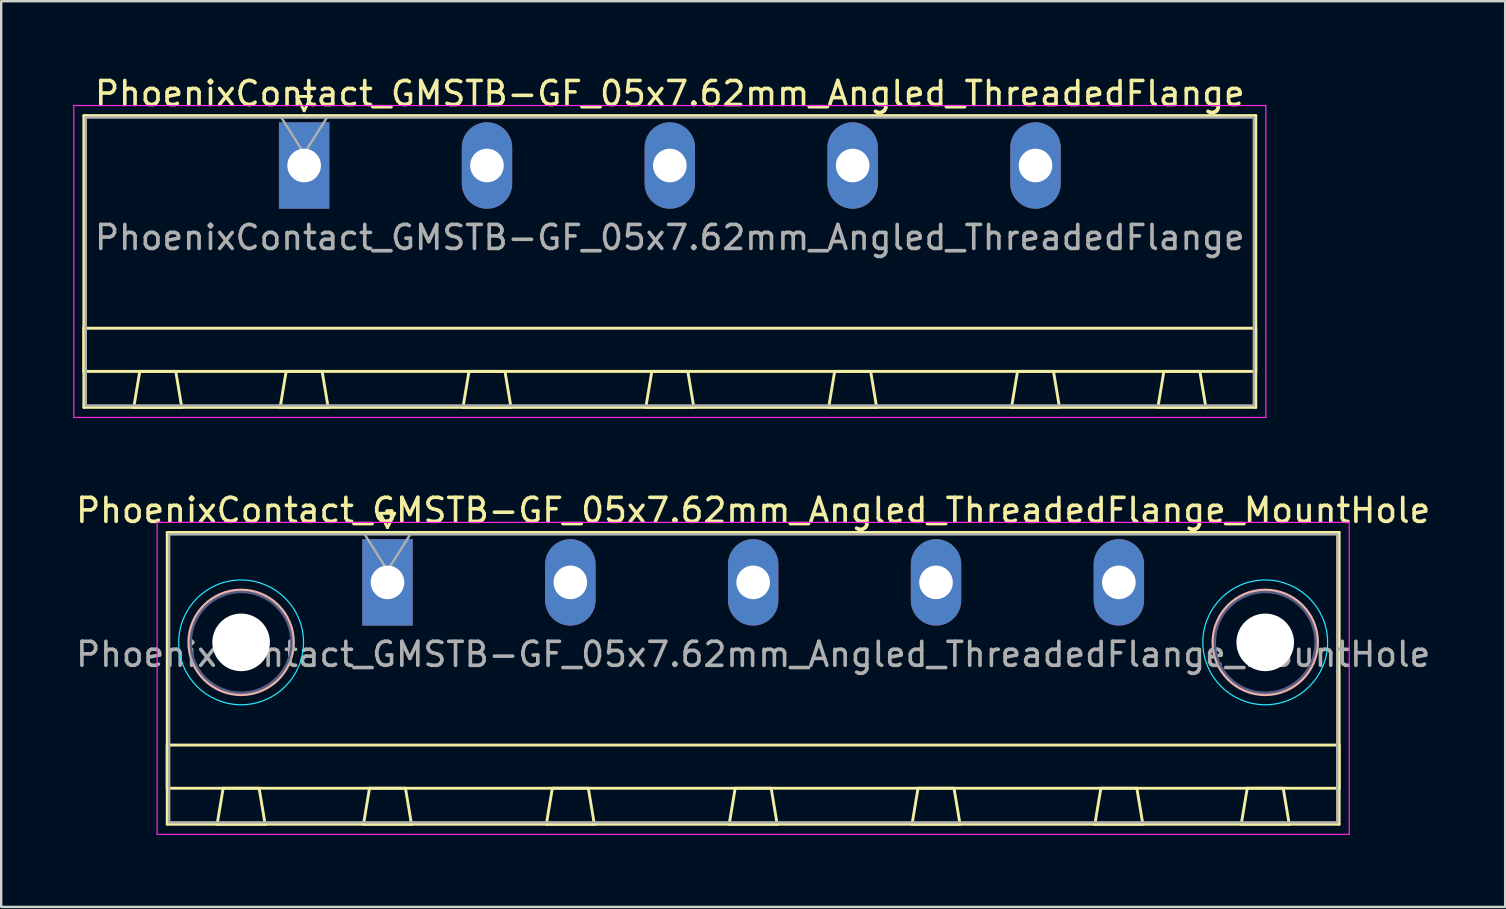
<source format=kicad_pcb>
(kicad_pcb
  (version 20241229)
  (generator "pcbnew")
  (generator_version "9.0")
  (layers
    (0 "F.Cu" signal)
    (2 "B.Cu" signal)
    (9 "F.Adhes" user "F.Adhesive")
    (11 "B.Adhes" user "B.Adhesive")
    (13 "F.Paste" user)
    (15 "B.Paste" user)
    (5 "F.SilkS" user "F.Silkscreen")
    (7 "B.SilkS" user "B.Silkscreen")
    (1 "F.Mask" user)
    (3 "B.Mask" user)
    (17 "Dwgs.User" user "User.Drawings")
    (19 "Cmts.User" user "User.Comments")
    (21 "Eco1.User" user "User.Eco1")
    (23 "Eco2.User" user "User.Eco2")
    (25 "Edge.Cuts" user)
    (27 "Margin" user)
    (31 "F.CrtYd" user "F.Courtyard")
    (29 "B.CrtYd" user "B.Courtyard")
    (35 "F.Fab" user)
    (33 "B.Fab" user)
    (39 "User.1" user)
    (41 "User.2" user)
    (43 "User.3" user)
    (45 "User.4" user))
  (footprint "PhoenixContact_GMSTB-GF_05x7.62mm_Angled_ThreadedFlange_MountHole"
    (layer "F.Cu")
    (at 13.099 21.221)
    (property "Reference" "PhoenixContact_GMSTB-GF_05x7.62mm_Angled_ThreadedFlange_MountHole" (at 15.24 -3 0) (layer "F.SilkS") (effects (font (size 1 1) (thickness 0.15))))
    (attr through_hole)
    (fp_line (start -9.18 -2.08) (end -9.18 10.08) (stroke (width 0.12) (type solid)) (layer "F.SilkS"))
    (fp_line (start -9.18 6.78) (end 39.66 6.78) (stroke (width 0.12) (type solid)) (layer "F.SilkS"))
    (fp_line (start -9.18 8.58) (end -9.18 6.78) (stroke (width 0.12) (type solid)) (layer "F.SilkS"))
    (fp_line (start -9.18 10.08) (end 39.66 10.08) (stroke (width 0.12) (type solid)) (layer "F.SilkS"))
    (fp_line (start -7.1 10.08) (end -5.1 10.08) (stroke (width 0.12) (type solid)) (layer "F.SilkS"))
    (fp_line (start -6.85 8.58) (end -7.1 10.08) (stroke (width 0.12) (type solid)) (layer "F.SilkS"))
    (fp_line (start -5.35 8.58) (end -6.85 8.58) (stroke (width 0.12) (type solid)) (layer "F.SilkS"))
    (fp_line (start -5.1 10.08) (end -5.35 8.58) (stroke (width 0.12) (type solid)) (layer "F.SilkS"))
    (fp_line (start -1 10.08) (end 1 10.08) (stroke (width 0.12) (type solid)) (layer "F.SilkS"))
    (fp_line (start -0.75 8.58) (end -1 10.08) (stroke (width 0.12) (type solid)) (layer "F.SilkS"))
    (fp_line (start -0.3 -2.88) (end 0.3 -2.88) (stroke (width 0.12) (type solid)) (layer "F.SilkS"))
    (fp_line (start 0 -2.28) (end -0.3 -2.88) (stroke (width 0.12) (type solid)) (layer "F.SilkS"))
    (fp_line (start 0.3 -2.88) (end 0 -2.28) (stroke (width 0.12) (type solid)) (layer "F.SilkS"))
    (fp_line (start 0.75 8.58) (end -0.75 8.58) (stroke (width 0.12) (type solid)) (layer "F.SilkS"))
    (fp_line (start 1 10.08) (end 0.75 8.58) (stroke (width 0.12) (type solid)) (layer "F.SilkS"))
    (fp_line (start 6.62 10.08) (end 8.62 10.08) (stroke (width 0.12) (type solid)) (layer "F.SilkS"))
    (fp_line (start 6.87 8.58) (end 6.62 10.08) (stroke (width 0.12) (type solid)) (layer "F.SilkS"))
    (fp_line (start 8.37 8.58) (end 6.87 8.58) (stroke (width 0.12) (type solid)) (layer "F.SilkS"))
    (fp_line (start 8.62 10.08) (end 8.37 8.58) (stroke (width 0.12) (type solid)) (layer "F.SilkS"))
    (fp_line (start 14.24 10.08) (end 16.24 10.08) (stroke (width 0.12) (type solid)) (layer "F.SilkS"))
    (fp_line (start 14.49 8.58) (end 14.24 10.08) (stroke (width 0.12) (type solid)) (layer "F.SilkS"))
    (fp_line (start 15.99 8.58) (end 14.49 8.58) (stroke (width 0.12) (type solid)) (layer "F.SilkS"))
    (fp_line (start 16.24 10.08) (end 15.99 8.58) (stroke (width 0.12) (type solid)) (layer "F.SilkS"))
    (fp_line (start 21.86 10.08) (end 23.86 10.08) (stroke (width 0.12) (type solid)) (layer "F.SilkS"))
    (fp_line (start 22.11 8.58) (end 21.86 10.08) (stroke (width 0.12) (type solid)) (layer "F.SilkS"))
    (fp_line (start 23.61 8.58) (end 22.11 8.58) (stroke (width 0.12) (type solid)) (layer "F.SilkS"))
    (fp_line (start 23.86 10.08) (end 23.61 8.58) (stroke (width 0.12) (type solid)) (layer "F.SilkS"))
    (fp_line (start 29.48 10.08) (end 31.48 10.08) (stroke (width 0.12) (type solid)) (layer "F.SilkS"))
    (fp_line (start 29.73 8.58) (end 29.48 10.08) (stroke (width 0.12) (type solid)) (layer "F.SilkS"))
    (fp_line (start 31.23 8.58) (end 29.73 8.58) (stroke (width 0.12) (type solid)) (layer "F.SilkS"))
    (fp_line (start 31.48 10.08) (end 31.23 8.58) (stroke (width 0.12) (type solid)) (layer "F.SilkS"))
    (fp_line (start 35.58 10.08) (end 37.58 10.08) (stroke (width 0.12) (type solid)) (layer "F.SilkS"))
    (fp_line (start 35.83 8.58) (end 35.58 10.08) (stroke (width 0.12) (type solid)) (layer "F.SilkS"))
    (fp_line (start 37.33 8.58) (end 35.83 8.58) (stroke (width 0.12) (type solid)) (layer "F.SilkS"))
    (fp_line (start 37.58 10.08) (end 37.33 8.58) (stroke (width 0.12) (type solid)) (layer "F.SilkS"))
    (fp_line (start 39.66 -2.08) (end -9.18 -2.08) (stroke (width 0.12) (type solid)) (layer "F.SilkS"))
    (fp_line (start 39.66 6.78) (end 39.66 8.58) (stroke (width 0.12) (type solid)) (layer "F.SilkS"))
    (fp_line (start 39.66 8.58) (end -9.18 8.58) (stroke (width 0.12) (type solid)) (layer "F.SilkS"))
    (fp_line (start 39.66 10.08) (end 39.66 -2.08) (stroke (width 0.12) (type solid)) (layer "F.SilkS"))
    (fp_circle (center -6.1 2.5) (end -3.92 2.5) (stroke (width 0.12) (type solid)) (fill no) (layer "B.SilkS"))
    (fp_circle (center 36.58 2.5) (end 38.76 2.5) (stroke (width 0.12) (type solid)) (fill no) (layer "B.SilkS"))
    (fp_circle (center -6.1 2.5) (end -3.5 2.5) (stroke (width 0.05) (type solid)) (fill no) (layer "B.CrtYd"))
    (fp_circle (center 36.58 2.5) (end 39.18 2.5) (stroke (width 0.05) (type solid)) (fill no) (layer "B.CrtYd"))
    (fp_line (start -9.6 -2.5) (end -9.6 10.5) (stroke (width 0.05) (type solid)) (layer "F.CrtYd"))
    (fp_line (start -9.6 10.5) (end 40.08 10.5) (stroke (width 0.05) (type solid)) (layer "F.CrtYd"))
    (fp_line (start 40.08 -2.5) (end -9.6 -2.5) (stroke (width 0.05) (type solid)) (layer "F.CrtYd"))
    (fp_line (start 40.08 10.5) (end 40.08 -2.5) (stroke (width 0.05) (type solid)) (layer "F.CrtYd"))
    (fp_circle (center -6.1 2.5) (end -4 2.5) (stroke (width 0.1) (type solid)) (fill no) (layer "B.Fab"))
    (fp_circle (center 36.58 2.5) (end 38.68 2.5) (stroke (width 0.1) (type solid)) (fill no) (layer "B.Fab"))
    (fp_line (start -9.1 -2) (end -9.1 10) (stroke (width 0.1) (type solid)) (layer "F.Fab"))
    (fp_line (start -9.1 10) (end 39.58 10) (stroke (width 0.1) (type solid)) (layer "F.Fab"))
    (fp_line (start 0 -0.5) (end -0.95 -2) (stroke (width 0.1) (type solid)) (layer "F.Fab"))
    (fp_line (start 0.95 -2) (end 0 -0.5) (stroke (width 0.1) (type solid)) (layer "F.Fab"))
    (fp_line (start 39.58 -2) (end -9.1 -2) (stroke (width 0.1) (type solid)) (layer "F.Fab"))
    (fp_line (start 39.58 10) (end 39.58 -2) (stroke (width 0.1) (type solid)) (layer "F.Fab"))
    (fp_text user "${REFERENCE}" (at 15.24 3 0) (layer "F.Fab") (effects (font (size 1 1) (thickness 0.15))))
    (pad "" np_thru_hole circle (at -6.1 2.5) (size 2.4 2.4) (drill 2.4) (layers "*.Cu" "*.Mask"))
    (pad "" np_thru_hole circle (at 36.58 2.5) (size 2.4 2.4) (drill 2.4) (layers "*.Cu" "*.Mask"))
    (pad "1" thru_hole rect (at 0 0) (size 2.1 3.6) (drill 1.4) (layers "*.Cu" "*.Mask"))
    (pad "2" thru_hole oval (at 7.62 0) (size 2.1 3.6) (drill 1.4) (layers "*.Cu" "*.Mask"))
    (pad "3" thru_hole oval (at 15.24 0) (size 2.1 3.6) (drill 1.4) (layers "*.Cu" "*.Mask"))
    (pad "4" thru_hole oval (at 22.86 0) (size 2.1 3.6) (drill 1.4) (layers "*.Cu" "*.Mask"))
    (pad "5" thru_hole oval (at 30.48 0) (size 2.1 3.6) (drill 1.4) (layers "*.Cu" "*.Mask")))
  (footprint "PhoenixContact_GMSTB-GF_05x7.62mm_Angled_ThreadedFlange"
    (layer "F.Cu")
    (at 9.625 3.848)
    (property "Reference" "PhoenixContact_GMSTB-GF_05x7.62mm_Angled_ThreadedFlange" (at 15.24 -3 0) (layer "F.SilkS") (effects (font (size 1 1) (thickness 0.15))))
    (attr through_hole)
    (fp_line (start -9.18 -2.08) (end -9.18 10.08) (stroke (width 0.12) (type solid)) (layer "F.SilkS"))
    (fp_line (start -9.18 6.78) (end 39.66 6.78) (stroke (width 0.12) (type solid)) (layer "F.SilkS"))
    (fp_line (start -9.18 8.58) (end -9.18 6.78) (stroke (width 0.12) (type solid)) (layer "F.SilkS"))
    (fp_line (start -9.18 10.08) (end 39.66 10.08) (stroke (width 0.12) (type solid)) (layer "F.SilkS"))
    (fp_line (start -7.1 10.08) (end -5.1 10.08) (stroke (width 0.12) (type solid)) (layer "F.SilkS"))
    (fp_line (start -6.85 8.58) (end -7.1 10.08) (stroke (width 0.12) (type solid)) (layer "F.SilkS"))
    (fp_line (start -5.35 8.58) (end -6.85 8.58) (stroke (width 0.12) (type solid)) (layer "F.SilkS"))
    (fp_line (start -5.1 10.08) (end -5.35 8.58) (stroke (width 0.12) (type solid)) (layer "F.SilkS"))
    (fp_line (start -1 10.08) (end 1 10.08) (stroke (width 0.12) (type solid)) (layer "F.SilkS"))
    (fp_line (start -0.75 8.58) (end -1 10.08) (stroke (width 0.12) (type solid)) (layer "F.SilkS"))
    (fp_line (start -0.3 -2.88) (end 0.3 -2.88) (stroke (width 0.12) (type solid)) (layer "F.SilkS"))
    (fp_line (start 0 -2.28) (end -0.3 -2.88) (stroke (width 0.12) (type solid)) (layer "F.SilkS"))
    (fp_line (start 0.3 -2.88) (end 0 -2.28) (stroke (width 0.12) (type solid)) (layer "F.SilkS"))
    (fp_line (start 0.75 8.58) (end -0.75 8.58) (stroke (width 0.12) (type solid)) (layer "F.SilkS"))
    (fp_line (start 1 10.08) (end 0.75 8.58) (stroke (width 0.12) (type solid)) (layer "F.SilkS"))
    (fp_line (start 6.62 10.08) (end 8.62 10.08) (stroke (width 0.12) (type solid)) (layer "F.SilkS"))
    (fp_line (start 6.87 8.58) (end 6.62 10.08) (stroke (width 0.12) (type solid)) (layer "F.SilkS"))
    (fp_line (start 8.37 8.58) (end 6.87 8.58) (stroke (width 0.12) (type solid)) (layer "F.SilkS"))
    (fp_line (start 8.62 10.08) (end 8.37 8.58) (stroke (width 0.12) (type solid)) (layer "F.SilkS"))
    (fp_line (start 14.24 10.08) (end 16.24 10.08) (stroke (width 0.12) (type solid)) (layer "F.SilkS"))
    (fp_line (start 14.49 8.58) (end 14.24 10.08) (stroke (width 0.12) (type solid)) (layer "F.SilkS"))
    (fp_line (start 15.99 8.58) (end 14.49 8.58) (stroke (width 0.12) (type solid)) (layer "F.SilkS"))
    (fp_line (start 16.24 10.08) (end 15.99 8.58) (stroke (width 0.12) (type solid)) (layer "F.SilkS"))
    (fp_line (start 21.86 10.08) (end 23.86 10.08) (stroke (width 0.12) (type solid)) (layer "F.SilkS"))
    (fp_line (start 22.11 8.58) (end 21.86 10.08) (stroke (width 0.12) (type solid)) (layer "F.SilkS"))
    (fp_line (start 23.61 8.58) (end 22.11 8.58) (stroke (width 0.12) (type solid)) (layer "F.SilkS"))
    (fp_line (start 23.86 10.08) (end 23.61 8.58) (stroke (width 0.12) (type solid)) (layer "F.SilkS"))
    (fp_line (start 29.48 10.08) (end 31.48 10.08) (stroke (width 0.12) (type solid)) (layer "F.SilkS"))
    (fp_line (start 29.73 8.58) (end 29.48 10.08) (stroke (width 0.12) (type solid)) (layer "F.SilkS"))
    (fp_line (start 31.23 8.58) (end 29.73 8.58) (stroke (width 0.12) (type solid)) (layer "F.SilkS"))
    (fp_line (start 31.48 10.08) (end 31.23 8.58) (stroke (width 0.12) (type solid)) (layer "F.SilkS"))
    (fp_line (start 35.58 10.08) (end 37.58 10.08) (stroke (width 0.12) (type solid)) (layer "F.SilkS"))
    (fp_line (start 35.83 8.58) (end 35.58 10.08) (stroke (width 0.12) (type solid)) (layer "F.SilkS"))
    (fp_line (start 37.33 8.58) (end 35.83 8.58) (stroke (width 0.12) (type solid)) (layer "F.SilkS"))
    (fp_line (start 37.58 10.08) (end 37.33 8.58) (stroke (width 0.12) (type solid)) (layer "F.SilkS"))
    (fp_line (start 39.66 -2.08) (end -9.18 -2.08) (stroke (width 0.12) (type solid)) (layer "F.SilkS"))
    (fp_line (start 39.66 6.78) (end 39.66 8.58) (stroke (width 0.12) (type solid)) (layer "F.SilkS"))
    (fp_line (start 39.66 8.58) (end -9.18 8.58) (stroke (width 0.12) (type solid)) (layer "F.SilkS"))
    (fp_line (start 39.66 10.08) (end 39.66 -2.08) (stroke (width 0.12) (type solid)) (layer "F.SilkS"))
    (fp_line (start -9.6 -2.5) (end -9.6 10.5) (stroke (width 0.05) (type solid)) (layer "F.CrtYd"))
    (fp_line (start -9.6 10.5) (end 40.08 10.5) (stroke (width 0.05) (type solid)) (layer "F.CrtYd"))
    (fp_line (start 40.08 -2.5) (end -9.6 -2.5) (stroke (width 0.05) (type solid)) (layer "F.CrtYd"))
    (fp_line (start 40.08 10.5) (end 40.08 -2.5) (stroke (width 0.05) (type solid)) (layer "F.CrtYd"))
    (fp_line (start -9.1 -2) (end -9.1 10) (stroke (width 0.1) (type solid)) (layer "F.Fab"))
    (fp_line (start -9.1 10) (end 39.58 10) (stroke (width 0.1) (type solid)) (layer "F.Fab"))
    (fp_line (start 0 -0.5) (end -0.95 -2) (stroke (width 0.1) (type solid)) (layer "F.Fab"))
    (fp_line (start 0.95 -2) (end 0 -0.5) (stroke (width 0.1) (type solid)) (layer "F.Fab"))
    (fp_line (start 39.58 -2) (end -9.1 -2) (stroke (width 0.1) (type solid)) (layer "F.Fab"))
    (fp_line (start 39.58 10) (end 39.58 -2) (stroke (width 0.1) (type solid)) (layer "F.Fab"))
    (fp_text user "${REFERENCE}" (at 15.24 3 0) (layer "F.Fab") (effects (font (size 1 1) (thickness 0.15))))
    (pad "1" thru_hole rect (at 0 0) (size 2.1 3.6) (drill 1.4) (layers "*.Cu" "*.Mask"))
    (pad "2" thru_hole oval (at 7.62 0) (size 2.1 3.6) (drill 1.4) (layers "*.Cu" "*.Mask"))
    (pad "3" thru_hole oval (at 15.24 0) (size 2.1 3.6) (drill 1.4) (layers "*.Cu" "*.Mask"))
    (pad "4" thru_hole oval (at 22.86 0) (size 2.1 3.6) (drill 1.4) (layers "*.Cu" "*.Mask"))
    (pad "5" thru_hole oval (at 30.48 0) (size 2.1 3.6) (drill 1.4) (layers "*.Cu" "*.Mask")))
  (gr_rect
    (start -3 -3)
    (end 59.679 34.746)
    (stroke (width 0.1) (type default))
    (fill no)
    (layer "Edge.Cuts")))
</source>
